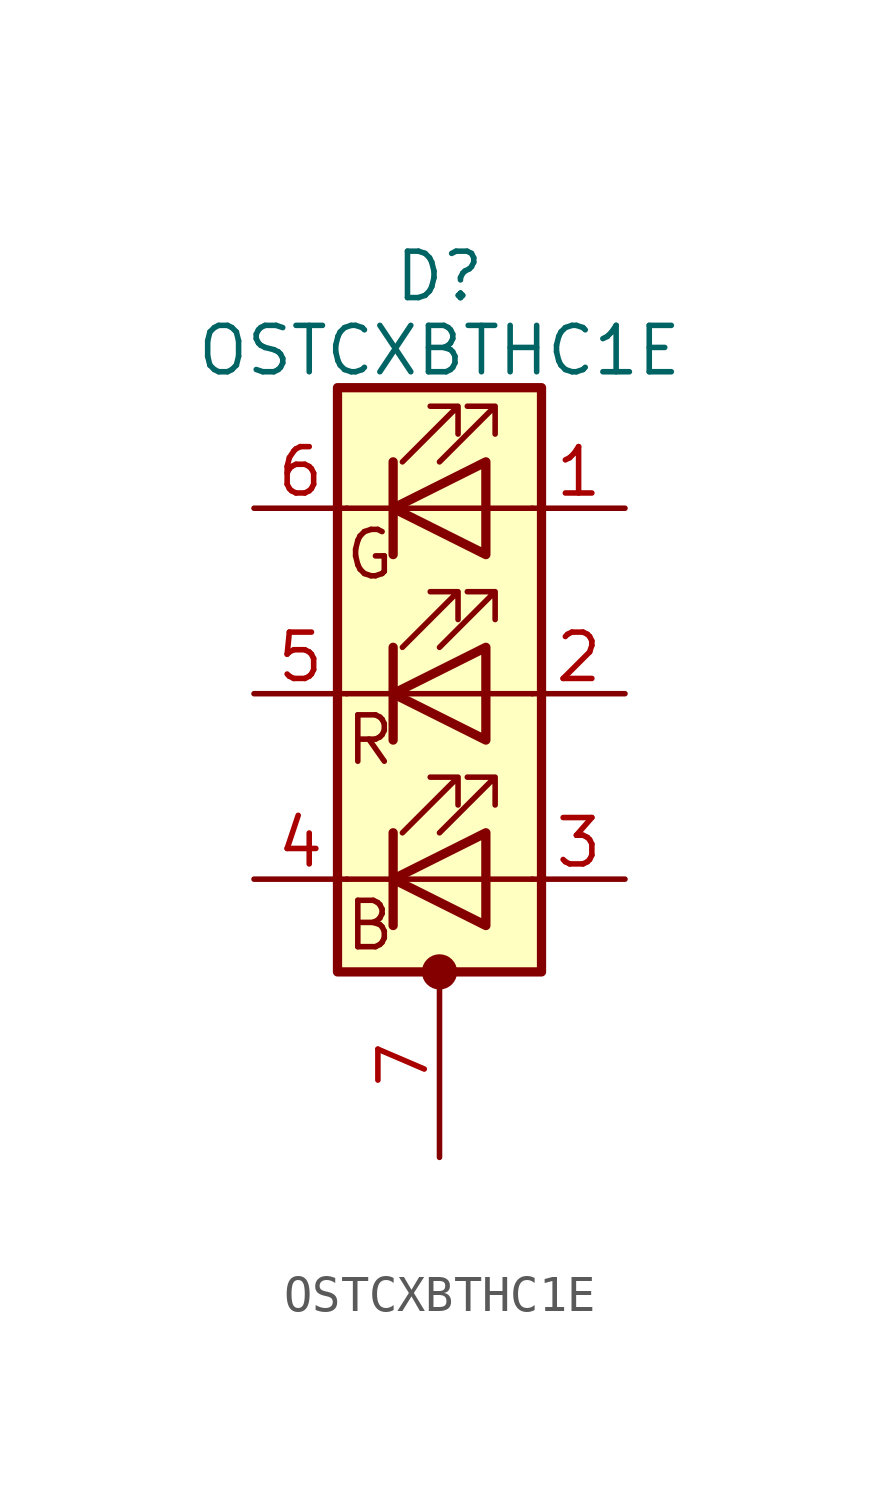
<source format=kicad_sym>
(kicad_symbol_lib
  (version 20231120)
  (generator "kicad_symbol_editor")
  (generator_version "8.0")
  (symbol "OSTCXBTHC1E"
    (pin_names
      (offset 0) hide)
    (property "Reference" "D"
      (at 0 11.43 0)
      (effects (font (size 1.27 1.27))))
    (property "Value" "OSTCXBTHC1E"
      (at 0 9.398 0)
      (effects (font (size 1.27 1.27))))
    (symbol "OSTCXBTHC1E_0_0"
      (text "B" (at -1.905 -6.35 0) (effects (font (size 1.27 1.27))))
      (text "G" (at -1.905 3.81 0) (effects (font (size 1.27 1.27))))
      (text "R" (at -1.905 -1.27 0) (effects (font (size 1.27 1.27)))))
    (symbol "OSTCXBTHC1E_0_1"
      (circle (center 0 -7.62) (radius 0.356) (stroke (width 0.254) (type default)) (fill (type outline)))
      (polyline (pts (xy -1.27 -5.08) (xy -2.54 -5.08)) (stroke (width 0) (type default)) (fill (type none)))
      (polyline (pts (xy -1.27 -3.81) (xy -1.27 -6.35)) (stroke (width 0.254) (type default)) (fill (type none)))
      (polyline (pts (xy -1.27 0) (xy -2.54 0)) (stroke (width 0) (type default)) (fill (type none)))
      (polyline (pts (xy -1.27 1.27) (xy -1.27 -1.27)) (stroke (width 0.254) (type default)) (fill (type none)))
      (polyline (pts (xy -1.27 5.08) (xy -2.54 5.08)) (stroke (width 0) (type default)) (fill (type none)))
      (polyline (pts (xy -1.27 5.08) (xy 1.27 5.08)) (stroke (width 0) (type default)) (fill (type none)))
      (polyline (pts (xy -1.27 6.35) (xy -1.27 3.81)) (stroke (width 0.254) (type default)) (fill (type none)))
      (polyline (pts (xy -1.016 0) (xy 1.27 0)) (stroke (width 0) (type default)) (fill (type none)))
      (polyline (pts (xy 1.27 -5.08) (xy -1.27 -5.08)) (stroke (width 0) (type default)) (fill (type none)))
      (polyline (pts (xy 1.27 -5.08) (xy 2.54 -5.08)) (stroke (width 0) (type default)) (fill (type none)))
      (polyline (pts (xy 1.27 5.08) (xy 2.54 5.08)) (stroke (width 0) (type default)) (fill (type none)))
      (polyline (pts (xy 2.54 0) (xy 1.27 0)) (stroke (width 0) (type default)) (fill (type none)))
      (polyline (pts (xy -1.27 1.27) (xy -1.27 -1.27) (xy -1.27 -1.27)) (stroke (width 0) (type default)) (fill (type none)))
      (polyline (pts (xy -1.27 6.35) (xy -1.27 3.81) (xy -1.27 3.81)) (stroke (width 0) (type default)) (fill (type none)))
      (polyline (pts (xy 1.27 -3.81) (xy 1.27 -6.35) (xy -1.27 -5.08) (xy 1.27 -3.81)) (stroke (width 0.254) (type default)) (fill (type none)))
      (polyline (pts (xy 1.27 1.27) (xy 1.27 -1.27) (xy -1.27 0) (xy 1.27 1.27)) (stroke (width 0.254) (type default)) (fill (type none)))
      (polyline (pts (xy 1.27 6.35) (xy 1.27 3.81) (xy -1.27 5.08) (xy 1.27 6.35)) (stroke (width 0.254) (type default)) (fill (type none)))
      (polyline (pts (xy -1.016 -3.81) (xy 0.508 -2.286) (xy -0.254 -2.286) (xy 0.508 -2.286) (xy 0.508 -3.048)) (stroke (width 0) (type default)) (fill (type none)))
      (polyline (pts (xy -1.016 1.27) (xy 0.508 2.794) (xy -0.254 2.794) (xy 0.508 2.794) (xy 0.508 2.032)) (stroke (width 0) (type default)) (fill (type none)))
      (polyline (pts (xy -1.016 6.35) (xy 0.508 7.874) (xy -0.254 7.874) (xy 0.508 7.874) (xy 0.508 7.112)) (stroke (width 0) (type default)) (fill (type none)))
      (polyline (pts (xy 0 -3.81) (xy 1.524 -2.286) (xy 0.762 -2.286) (xy 1.524 -2.286) (xy 1.524 -3.048)) (stroke (width 0) (type default)) (fill (type none)))
      (polyline (pts (xy 0 1.27) (xy 1.524 2.794) (xy 0.762 2.794) (xy 1.524 2.794) (xy 1.524 2.032)) (stroke (width 0) (type default)) (fill (type none)))
      (polyline (pts (xy 0 6.35) (xy 1.524 7.874) (xy 0.762 7.874) (xy 1.524 7.874) (xy 1.524 7.112)) (stroke (width 0) (type default)) (fill (type none)))
      (rectangle (start 1.27 -1.27) (end 1.27 1.27) (stroke (width 0) (type default)) (fill (type none)))
      (rectangle (start 1.27 1.27) (end 1.27 1.27) (stroke (width 0) (type default)) (fill (type none)))
      (rectangle (start 1.27 3.81) (end 1.27 6.35) (stroke (width 0) (type default)) (fill (type none)))
      (rectangle (start 1.27 6.35) (end 1.27 6.35) (stroke (width 0) (type default)) (fill (type none)))
      (rectangle (start 2.794 8.382) (end -2.794 -7.62) (stroke (width 0.254) (type default)) (fill (type background))))
    (symbol "OSTCXBTHC1E_1_1"
      (pin passive line (at 5.08 5.08 180) (length 2.54) (name "GA" (effects (font (size 1.27 1.27)))) (number "1" (effects (font (size 1.27 1.27)))))
      (pin passive line (at 5.08 0 180) (length 2.54) (name "RA" (effects (font (size 1.27 1.27)))) (number "2" (effects (font (size 1.27 1.27)))))
      (pin passive line (at 5.08 -5.08 180) (length 2.54) (name "BA" (effects (font (size 1.27 1.27)))) (number "3" (effects (font (size 1.27 1.27)))))
      (pin passive line (at -5.08 -5.08 0) (length 2.54) (name "BK" (effects (font (size 1.27 1.27)))) (number "4" (effects (font (size 1.27 1.27)))))
      (pin passive line (at -5.08 0 0) (length 2.54) (name "RK" (effects (font (size 1.27 1.27)))) (number "5" (effects (font (size 1.27 1.27)))))
      (pin passive line (at -5.08 5.08 0) (length 2.54) (name "GK" (effects (font (size 1.27 1.27)))) (number "6" (effects (font (size 1.27 1.27)))))
      (pin passive line (at 0 -12.7 90) (length 5.08) (name "PAD" (effects (font (size 1.27 1.27)))) (number "7" (effects (font (size 1.27 1.27))))))))
</source>
